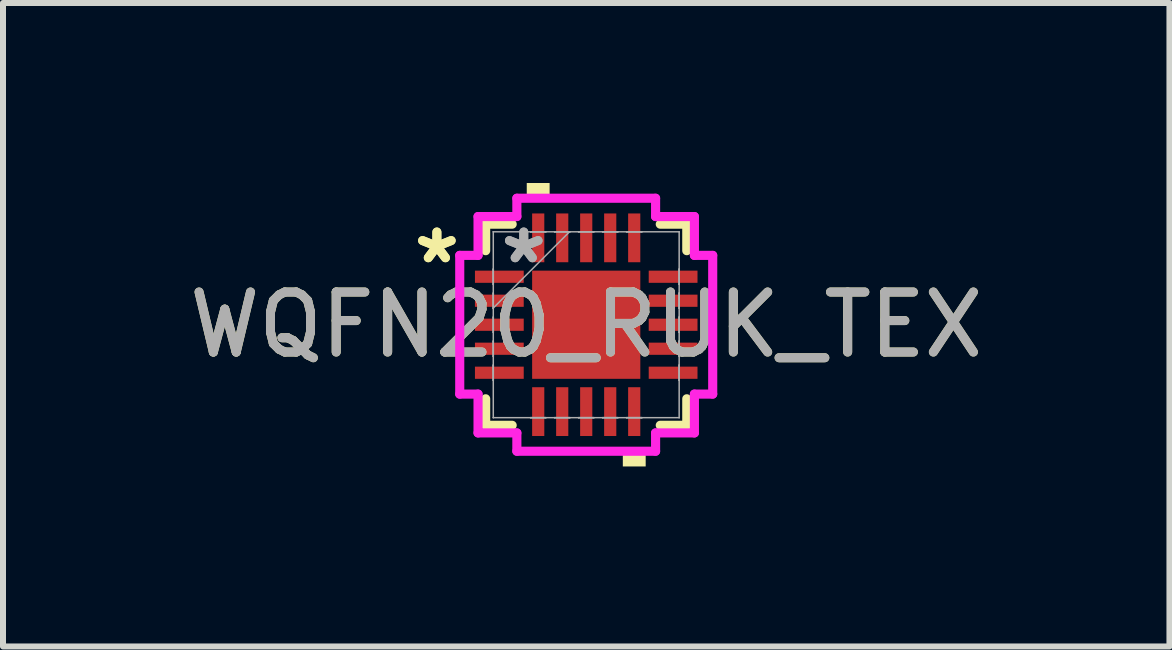
<source format=kicad_pcb>
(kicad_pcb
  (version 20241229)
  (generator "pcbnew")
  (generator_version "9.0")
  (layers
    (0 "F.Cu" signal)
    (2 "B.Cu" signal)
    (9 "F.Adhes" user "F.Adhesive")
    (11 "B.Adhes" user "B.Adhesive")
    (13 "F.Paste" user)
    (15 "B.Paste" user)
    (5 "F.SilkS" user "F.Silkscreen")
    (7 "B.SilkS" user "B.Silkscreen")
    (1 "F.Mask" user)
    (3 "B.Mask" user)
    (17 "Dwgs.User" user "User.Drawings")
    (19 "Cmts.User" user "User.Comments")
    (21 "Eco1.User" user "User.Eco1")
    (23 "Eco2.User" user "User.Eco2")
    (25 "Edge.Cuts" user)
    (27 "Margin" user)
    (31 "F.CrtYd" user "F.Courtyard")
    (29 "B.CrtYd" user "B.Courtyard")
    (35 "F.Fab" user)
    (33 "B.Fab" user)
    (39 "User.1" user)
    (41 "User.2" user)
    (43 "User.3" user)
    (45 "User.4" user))
  (footprint "WQFN20_RUK_TEX"
    (layer "F.Cu")
    (at 6.72 2.362)
    (property "Reference" "WQFN20_RUK_TEX" (at 0 0 0) (unlocked yes) (layer "F.SilkS") (effects (font (size 1 1) (thickness 0.15))))
    (attr smd)
    (fp_line (start -1.676 -1.676) (end -1.676 -1.234) (stroke (width 0.152) (type solid)) (layer "F.SilkS"))
    (fp_line (start -1.676 1.234) (end -1.676 1.676) (stroke (width 0.152) (type solid)) (layer "F.SilkS"))
    (fp_line (start -1.676 1.676) (end -1.234 1.676) (stroke (width 0.152) (type solid)) (layer "F.SilkS"))
    (fp_line (start -1.234 -1.676) (end -1.676 -1.676) (stroke (width 0.152) (type solid)) (layer "F.SilkS"))
    (fp_line (start 1.234 1.676) (end 1.676 1.676) (stroke (width 0.152) (type solid)) (layer "F.SilkS"))
    (fp_line (start 1.676 -1.676) (end 1.234 -1.676) (stroke (width 0.152) (type solid)) (layer "F.SilkS"))
    (fp_line (start 1.676 -1.234) (end 1.676 -1.676) (stroke (width 0.152) (type solid)) (layer "F.SilkS"))
    (fp_line (start 1.676 1.676) (end 1.676 1.234) (stroke (width 0.152) (type solid)) (layer "F.SilkS"))
    (fp_poly (pts (xy -0.991 -2.108) (xy -0.991 -2.362) (xy -0.61 -2.362) (xy -0.61 -2.108)) (stroke (width 0) (type solid)) (fill yes) (layer "F.SilkS"))
    (fp_poly (pts (xy 0.61 2.108) (xy 0.61 2.362) (xy 0.991 2.362) (xy 0.991 2.108)) (stroke (width 0) (type solid)) (fill yes) (layer "F.SilkS"))
    (fp_line (start -2.108 -1.156) (end -1.803 -1.156) (stroke (width 0.152) (type solid)) (layer "F.CrtYd"))
    (fp_line (start -2.108 1.156) (end -2.108 -1.156) (stroke (width 0.152) (type solid)) (layer "F.CrtYd"))
    (fp_line (start -1.803 -1.803) (end -1.156 -1.803) (stroke (width 0.152) (type solid)) (layer "F.CrtYd"))
    (fp_line (start -1.803 -1.156) (end -1.803 -1.803) (stroke (width 0.152) (type solid)) (layer "F.CrtYd"))
    (fp_line (start -1.803 1.156) (end -2.108 1.156) (stroke (width 0.152) (type solid)) (layer "F.CrtYd"))
    (fp_line (start -1.803 1.803) (end -1.803 1.156) (stroke (width 0.152) (type solid)) (layer "F.CrtYd"))
    (fp_line (start -1.156 -2.108) (end 1.156 -2.108) (stroke (width 0.152) (type solid)) (layer "F.CrtYd"))
    (fp_line (start -1.156 -1.803) (end -1.156 -2.108) (stroke (width 0.152) (type solid)) (layer "F.CrtYd"))
    (fp_line (start -1.156 1.803) (end -1.803 1.803) (stroke (width 0.152) (type solid)) (layer "F.CrtYd"))
    (fp_line (start -1.156 2.108) (end -1.156 1.803) (stroke (width 0.152) (type solid)) (layer "F.CrtYd"))
    (fp_line (start 1.156 -2.108) (end 1.156 -1.803) (stroke (width 0.152) (type solid)) (layer "F.CrtYd"))
    (fp_line (start 1.156 -1.803) (end 1.803 -1.803) (stroke (width 0.152) (type solid)) (layer "F.CrtYd"))
    (fp_line (start 1.156 1.803) (end 1.156 2.108) (stroke (width 0.152) (type solid)) (layer "F.CrtYd"))
    (fp_line (start 1.156 2.108) (end -1.156 2.108) (stroke (width 0.152) (type solid)) (layer "F.CrtYd"))
    (fp_line (start 1.803 -1.803) (end 1.803 -1.156) (stroke (width 0.152) (type solid)) (layer "F.CrtYd"))
    (fp_line (start 1.803 -1.156) (end 2.108 -1.156) (stroke (width 0.152) (type solid)) (layer "F.CrtYd"))
    (fp_line (start 1.803 1.156) (end 1.803 1.803) (stroke (width 0.152) (type solid)) (layer "F.CrtYd"))
    (fp_line (start 1.803 1.803) (end 1.156 1.803) (stroke (width 0.152) (type solid)) (layer "F.CrtYd"))
    (fp_line (start 2.108 -1.156) (end 2.108 1.156) (stroke (width 0.152) (type solid)) (layer "F.CrtYd"))
    (fp_line (start 2.108 1.156) (end 1.803 1.156) (stroke (width 0.152) (type solid)) (layer "F.CrtYd"))
    (fp_line (start -1.549 -1.549) (end -1.549 -1.549) (stroke (width 0.025) (type solid)) (layer "F.Fab"))
    (fp_line (start -1.549 -1.549) (end -1.549 1.549) (stroke (width 0.025) (type solid)) (layer "F.Fab"))
    (fp_line (start -1.549 -0.927) (end -1.549 -0.927) (stroke (width 0.025) (type solid)) (layer "F.Fab"))
    (fp_line (start -1.549 -0.927) (end -1.549 -0.673) (stroke (width 0.025) (type solid)) (layer "F.Fab"))
    (fp_line (start -1.549 -0.673) (end -1.549 -0.927) (stroke (width 0.025) (type solid)) (layer "F.Fab"))
    (fp_line (start -1.549 -0.673) (end -1.549 -0.673) (stroke (width 0.025) (type solid)) (layer "F.Fab"))
    (fp_line (start -1.549 -0.527) (end -1.549 -0.527) (stroke (width 0.025) (type solid)) (layer "F.Fab"))
    (fp_line (start -1.549 -0.527) (end -1.549 -0.273) (stroke (width 0.025) (type solid)) (layer "F.Fab"))
    (fp_line (start -1.549 -0.279) (end -0.279 -1.549) (stroke (width 0.025) (type solid)) (layer "F.Fab"))
    (fp_line (start -1.549 -0.273) (end -1.549 -0.527) (stroke (width 0.025) (type solid)) (layer "F.Fab"))
    (fp_line (start -1.549 -0.273) (end -1.549 -0.273) (stroke (width 0.025) (type solid)) (layer "F.Fab"))
    (fp_line (start -1.549 -0.127) (end -1.549 -0.127) (stroke (width 0.025) (type solid)) (layer "F.Fab"))
    (fp_line (start -1.549 -0.127) (end -1.549 0.127) (stroke (width 0.025) (type solid)) (layer "F.Fab"))
    (fp_line (start -1.549 0.127) (end -1.549 -0.127) (stroke (width 0.025) (type solid)) (layer "F.Fab"))
    (fp_line (start -1.549 0.127) (end -1.549 0.127) (stroke (width 0.025) (type solid)) (layer "F.Fab"))
    (fp_line (start -1.549 0.273) (end -1.549 0.273) (stroke (width 0.025) (type solid)) (layer "F.Fab"))
    (fp_line (start -1.549 0.273) (end -1.549 0.527) (stroke (width 0.025) (type solid)) (layer "F.Fab"))
    (fp_line (start -1.549 0.527) (end -1.549 0.273) (stroke (width 0.025) (type solid)) (layer "F.Fab"))
    (fp_line (start -1.549 0.527) (end -1.549 0.527) (stroke (width 0.025) (type solid)) (layer "F.Fab"))
    (fp_line (start -1.549 0.673) (end -1.549 0.673) (stroke (width 0.025) (type solid)) (layer "F.Fab"))
    (fp_line (start -1.549 0.673) (end -1.549 0.927) (stroke (width 0.025) (type solid)) (layer "F.Fab"))
    (fp_line (start -1.549 0.927) (end -1.549 0.673) (stroke (width 0.025) (type solid)) (layer "F.Fab"))
    (fp_line (start -1.549 0.927) (end -1.549 0.927) (stroke (width 0.025) (type solid)) (layer "F.Fab"))
    (fp_line (start -1.549 1.549) (end -1.549 1.549) (stroke (width 0.025) (type solid)) (layer "F.Fab"))
    (fp_line (start -1.549 1.549) (end 1.549 1.549) (stroke (width 0.025) (type solid)) (layer "F.Fab"))
    (fp_line (start -0.927 -1.549) (end -0.927 -1.549) (stroke (width 0.025) (type solid)) (layer "F.Fab"))
    (fp_line (start -0.927 -1.549) (end -0.673 -1.549) (stroke (width 0.025) (type solid)) (layer "F.Fab"))
    (fp_line (start -0.927 1.549) (end -0.927 1.549) (stroke (width 0.025) (type solid)) (layer "F.Fab"))
    (fp_line (start -0.927 1.549) (end -0.673 1.549) (stroke (width 0.025) (type solid)) (layer "F.Fab"))
    (fp_line (start -0.673 -1.549) (end -0.927 -1.549) (stroke (width 0.025) (type solid)) (layer "F.Fab"))
    (fp_line (start -0.673 -1.549) (end -0.673 -1.549) (stroke (width 0.025) (type solid)) (layer "F.Fab"))
    (fp_line (start -0.673 1.549) (end -0.927 1.549) (stroke (width 0.025) (type solid)) (layer "F.Fab"))
    (fp_line (start -0.673 1.549) (end -0.673 1.549) (stroke (width 0.025) (type solid)) (layer "F.Fab"))
    (fp_line (start -0.527 -1.549) (end -0.527 -1.549) (stroke (width 0.025) (type solid)) (layer "F.Fab"))
    (fp_line (start -0.527 -1.549) (end -0.273 -1.549) (stroke (width 0.025) (type solid)) (layer "F.Fab"))
    (fp_line (start -0.527 1.549) (end -0.527 1.549) (stroke (width 0.025) (type solid)) (layer "F.Fab"))
    (fp_line (start -0.527 1.549) (end -0.273 1.549) (stroke (width 0.025) (type solid)) (layer "F.Fab"))
    (fp_line (start -0.273 -1.549) (end -0.527 -1.549) (stroke (width 0.025) (type solid)) (layer "F.Fab"))
    (fp_line (start -0.273 -1.549) (end -0.273 -1.549) (stroke (width 0.025) (type solid)) (layer "F.Fab"))
    (fp_line (start -0.273 1.549) (end -0.527 1.549) (stroke (width 0.025) (type solid)) (layer "F.Fab"))
    (fp_line (start -0.273 1.549) (end -0.273 1.549) (stroke (width 0.025) (type solid)) (layer "F.Fab"))
    (fp_line (start -0.127 -1.549) (end -0.127 -1.549) (stroke (width 0.025) (type solid)) (layer "F.Fab"))
    (fp_line (start -0.127 -1.549) (end 0.127 -1.549) (stroke (width 0.025) (type solid)) (layer "F.Fab"))
    (fp_line (start -0.127 1.549) (end -0.127 1.549) (stroke (width 0.025) (type solid)) (layer "F.Fab"))
    (fp_line (start -0.127 1.549) (end 0.127 1.549) (stroke (width 0.025) (type solid)) (layer "F.Fab"))
    (fp_line (start 0.127 -1.549) (end -0.127 -1.549) (stroke (width 0.025) (type solid)) (layer "F.Fab"))
    (fp_line (start 0.127 -1.549) (end 0.127 -1.549) (stroke (width 0.025) (type solid)) (layer "F.Fab"))
    (fp_line (start 0.127 1.549) (end -0.127 1.549) (stroke (width 0.025) (type solid)) (layer "F.Fab"))
    (fp_line (start 0.127 1.549) (end 0.127 1.549) (stroke (width 0.025) (type solid)) (layer "F.Fab"))
    (fp_line (start 0.273 -1.549) (end 0.273 -1.549) (stroke (width 0.025) (type solid)) (layer "F.Fab"))
    (fp_line (start 0.273 -1.549) (end 0.527 -1.549) (stroke (width 0.025) (type solid)) (layer "F.Fab"))
    (fp_line (start 0.273 1.549) (end 0.273 1.549) (stroke (width 0.025) (type solid)) (layer "F.Fab"))
    (fp_line (start 0.273 1.549) (end 0.527 1.549) (stroke (width 0.025) (type solid)) (layer "F.Fab"))
    (fp_line (start 0.527 -1.549) (end 0.273 -1.549) (stroke (width 0.025) (type solid)) (layer "F.Fab"))
    (fp_line (start 0.527 -1.549) (end 0.527 -1.549) (stroke (width 0.025) (type solid)) (layer "F.Fab"))
    (fp_line (start 0.527 1.549) (end 0.273 1.549) (stroke (width 0.025) (type solid)) (layer "F.Fab"))
    (fp_line (start 0.527 1.549) (end 0.527 1.549) (stroke (width 0.025) (type solid)) (layer "F.Fab"))
    (fp_line (start 0.673 -1.549) (end 0.673 -1.549) (stroke (width 0.025) (type solid)) (layer "F.Fab"))
    (fp_line (start 0.673 -1.549) (end 0.927 -1.549) (stroke (width 0.025) (type solid)) (layer "F.Fab"))
    (fp_line (start 0.673 1.549) (end 0.673 1.549) (stroke (width 0.025) (type solid)) (layer "F.Fab"))
    (fp_line (start 0.673 1.549) (end 0.927 1.549) (stroke (width 0.025) (type solid)) (layer "F.Fab"))
    (fp_line (start 0.927 -1.549) (end 0.673 -1.549) (stroke (width 0.025) (type solid)) (layer "F.Fab"))
    (fp_line (start 0.927 -1.549) (end 0.927 -1.549) (stroke (width 0.025) (type solid)) (layer "F.Fab"))
    (fp_line (start 0.927 1.549) (end 0.673 1.549) (stroke (width 0.025) (type solid)) (layer "F.Fab"))
    (fp_line (start 0.927 1.549) (end 0.927 1.549) (stroke (width 0.025) (type solid)) (layer "F.Fab"))
    (fp_line (start 1.549 -1.549) (end -1.549 -1.549) (stroke (width 0.025) (type solid)) (layer "F.Fab"))
    (fp_line (start 1.549 -1.549) (end 1.549 -1.549) (stroke (width 0.025) (type solid)) (layer "F.Fab"))
    (fp_line (start 1.549 -0.927) (end 1.549 -0.927) (stroke (width 0.025) (type solid)) (layer "F.Fab"))
    (fp_line (start 1.549 -0.927) (end 1.549 -0.673) (stroke (width 0.025) (type solid)) (layer "F.Fab"))
    (fp_line (start 1.549 -0.673) (end 1.549 -0.927) (stroke (width 0.025) (type solid)) (layer "F.Fab"))
    (fp_line (start 1.549 -0.673) (end 1.549 -0.673) (stroke (width 0.025) (type solid)) (layer "F.Fab"))
    (fp_line (start 1.549 -0.527) (end 1.549 -0.527) (stroke (width 0.025) (type solid)) (layer "F.Fab"))
    (fp_line (start 1.549 -0.527) (end 1.549 -0.273) (stroke (width 0.025) (type solid)) (layer "F.Fab"))
    (fp_line (start 1.549 -0.273) (end 1.549 -0.527) (stroke (width 0.025) (type solid)) (layer "F.Fab"))
    (fp_line (start 1.549 -0.273) (end 1.549 -0.273) (stroke (width 0.025) (type solid)) (layer "F.Fab"))
    (fp_line (start 1.549 -0.127) (end 1.549 -0.127) (stroke (width 0.025) (type solid)) (layer "F.Fab"))
    (fp_line (start 1.549 -0.127) (end 1.549 0.127) (stroke (width 0.025) (type solid)) (layer "F.Fab"))
    (fp_line (start 1.549 0.127) (end 1.549 -0.127) (stroke (width 0.025) (type solid)) (layer "F.Fab"))
    (fp_line (start 1.549 0.127) (end 1.549 0.127) (stroke (width 0.025) (type solid)) (layer "F.Fab"))
    (fp_line (start 1.549 0.273) (end 1.549 0.273) (stroke (width 0.025) (type solid)) (layer "F.Fab"))
    (fp_line (start 1.549 0.273) (end 1.549 0.527) (stroke (width 0.025) (type solid)) (layer "F.Fab"))
    (fp_line (start 1.549 0.527) (end 1.549 0.273) (stroke (width 0.025) (type solid)) (layer "F.Fab"))
    (fp_line (start 1.549 0.527) (end 1.549 0.527) (stroke (width 0.025) (type solid)) (layer "F.Fab"))
    (fp_line (start 1.549 0.673) (end 1.549 0.673) (stroke (width 0.025) (type solid)) (layer "F.Fab"))
    (fp_line (start 1.549 0.673) (end 1.549 0.927) (stroke (width 0.025) (type solid)) (layer "F.Fab"))
    (fp_line (start 1.549 0.927) (end 1.549 0.673) (stroke (width 0.025) (type solid)) (layer "F.Fab"))
    (fp_line (start 1.549 0.927) (end 1.549 0.927) (stroke (width 0.025) (type solid)) (layer "F.Fab"))
    (fp_line (start 1.549 1.549) (end 1.549 -1.549) (stroke (width 0.025) (type solid)) (layer "F.Fab"))
    (fp_line (start 1.549 1.549) (end 1.549 1.549) (stroke (width 0.025) (type solid)) (layer "F.Fab"))
    (fp_text user "*" (at -2.489 -1 0) (layer "F.SilkS") (effects (font (size 1 1) (thickness 0.15))))
    (fp_text user "*" (at -2.489 -1 0) (unlocked yes) (layer "F.SilkS") (effects (font (size 1 1) (thickness 0.15))))
    (fp_text user "${REFERENCE}" (at 0 0 0) (unlocked yes) (layer "F.Fab") (effects (font (size 1 1) (thickness 0.15))))
    (fp_text user "*" (at -1.041 -1 0) (layer "F.Fab") (effects (font (size 1 1) (thickness 0.15))))
    (fp_text user "*" (at -1.041 -1 0) (unlocked yes) (layer "F.Fab") (effects (font (size 1 1) (thickness 0.15))))
    (pad "1" smd rect (at -1.448 -0.8 90) (size 0.203 0.813) (layers "F.Cu" "F.Mask" "F.Paste"))
    (pad "2" smd rect (at -1.448 -0.4 90) (size 0.203 0.813) (layers "F.Cu" "F.Mask" "F.Paste"))
    (pad "3" smd rect (at -1.448 0 90) (size 0.203 0.813) (layers "F.Cu" "F.Mask" "F.Paste"))
    (pad "4" smd rect (at -1.448 0.4 90) (size 0.203 0.813) (layers "F.Cu" "F.Mask" "F.Paste"))
    (pad "5" smd rect (at -1.448 0.8 90) (size 0.203 0.813) (layers "F.Cu" "F.Mask" "F.Paste"))
    (pad "6" smd rect (at -0.8 1.448) (size 0.203 0.813) (layers "F.Cu" "F.Mask" "F.Paste"))
    (pad "7" smd rect (at -0.4 1.448) (size 0.203 0.813) (layers "F.Cu" "F.Mask" "F.Paste"))
    (pad "8" smd rect (at 0 1.448) (size 0.203 0.813) (layers "F.Cu" "F.Mask" "F.Paste"))
    (pad "9" smd rect (at 0.4 1.448) (size 0.203 0.813) (layers "F.Cu" "F.Mask" "F.Paste"))
    (pad "10" smd rect (at 0.8 1.448) (size 0.203 0.813) (layers "F.Cu" "F.Mask" "F.Paste"))
    (pad "11" smd rect (at 1.448 0.8 90) (size 0.203 0.813) (layers "F.Cu" "F.Mask" "F.Paste"))
    (pad "12" smd rect (at 1.448 0.4 90) (size 0.203 0.813) (layers "F.Cu" "F.Mask" "F.Paste"))
    (pad "13" smd rect (at 1.448 0 90) (size 0.203 0.813) (layers "F.Cu" "F.Mask" "F.Paste"))
    (pad "14" smd rect (at 1.448 -0.4 90) (size 0.203 0.813) (layers "F.Cu" "F.Mask" "F.Paste"))
    (pad "15" smd rect (at 1.448 -0.8 90) (size 0.203 0.813) (layers "F.Cu" "F.Mask" "F.Paste"))
    (pad "16" smd rect (at 0.8 -1.448) (size 0.203 0.813) (layers "F.Cu" "F.Mask" "F.Paste"))
    (pad "17" smd rect (at 0.4 -1.448) (size 0.203 0.813) (layers "F.Cu" "F.Mask" "F.Paste"))
    (pad "18" smd rect (at 0 -1.448) (size 0.203 0.813) (layers "F.Cu" "F.Mask" "F.Paste"))
    (pad "19" smd rect (at -0.4 -1.448) (size 0.203 0.813) (layers "F.Cu" "F.Mask" "F.Paste"))
    (pad "20" smd rect (at -0.8 -1.448) (size 0.203 0.813) (layers "F.Cu" "F.Mask" "F.Paste"))
    (pad "21" smd rect (at 0 0) (size 1.803 1.803) (layers "F.Cu" "F.Mask" "F.Paste")))
  (gr_rect
    (start -3 -3)
    (end 16.44 7.724)
    (stroke (width 0.1) (type default))
    (fill no)
    (layer "Edge.Cuts")))
</source>
